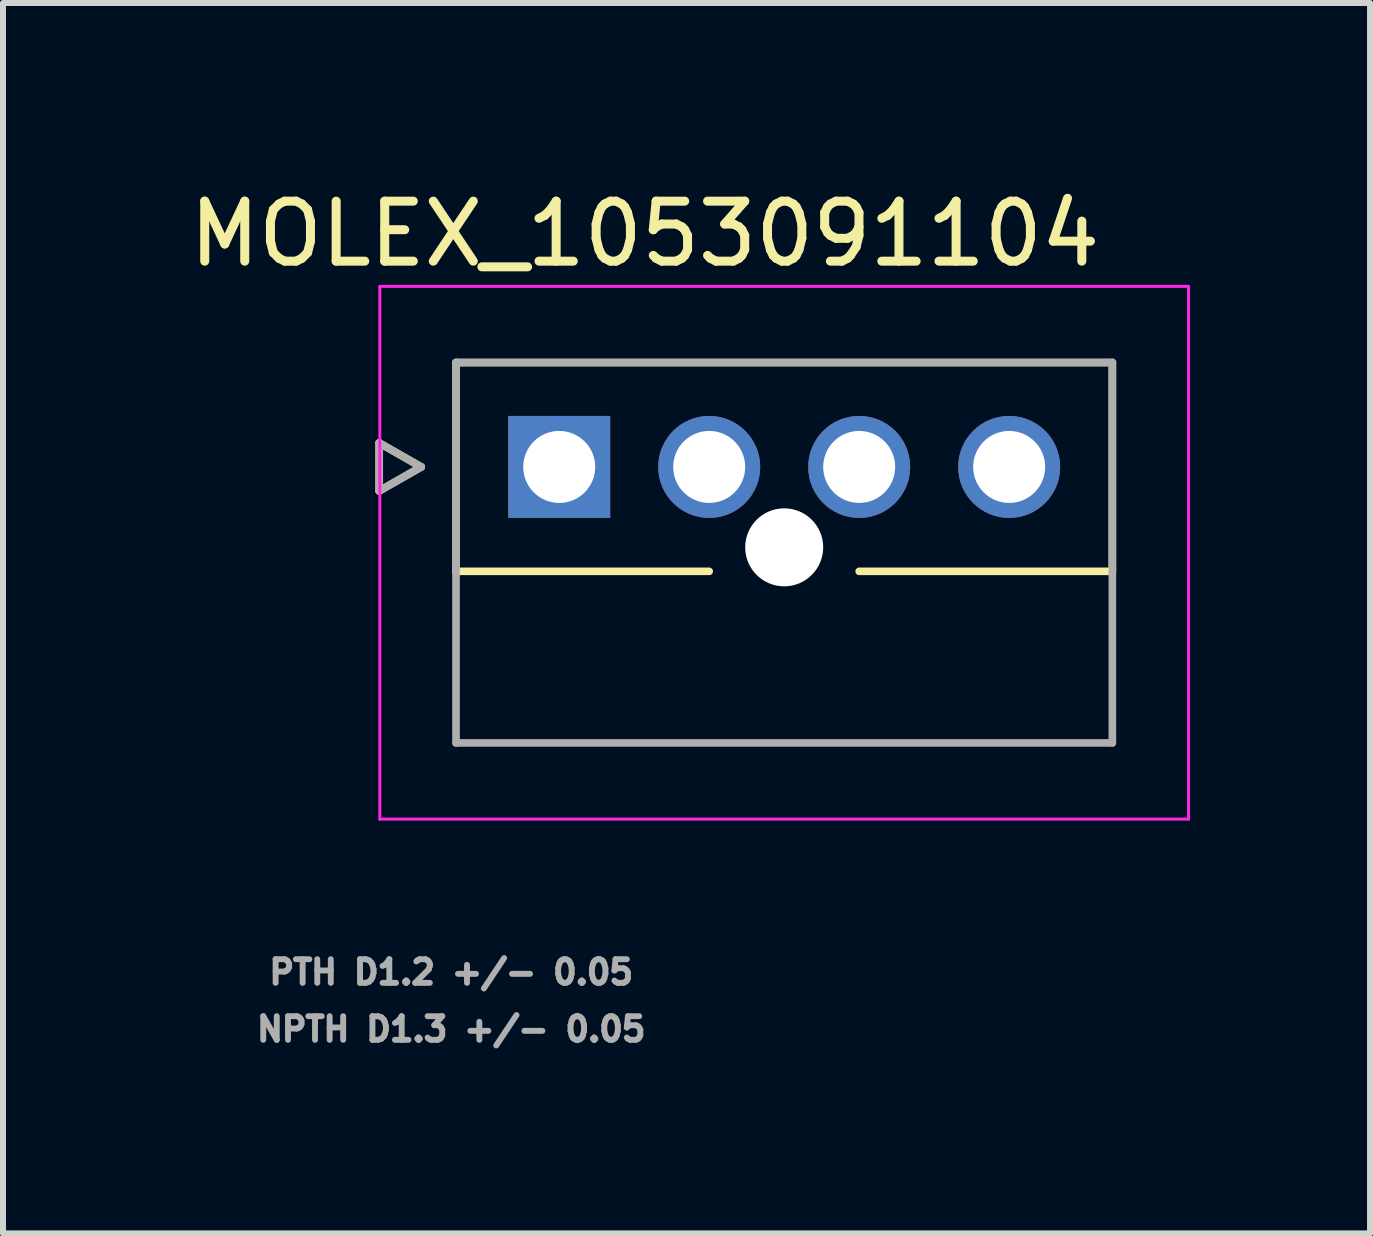
<source format=kicad_pcb>
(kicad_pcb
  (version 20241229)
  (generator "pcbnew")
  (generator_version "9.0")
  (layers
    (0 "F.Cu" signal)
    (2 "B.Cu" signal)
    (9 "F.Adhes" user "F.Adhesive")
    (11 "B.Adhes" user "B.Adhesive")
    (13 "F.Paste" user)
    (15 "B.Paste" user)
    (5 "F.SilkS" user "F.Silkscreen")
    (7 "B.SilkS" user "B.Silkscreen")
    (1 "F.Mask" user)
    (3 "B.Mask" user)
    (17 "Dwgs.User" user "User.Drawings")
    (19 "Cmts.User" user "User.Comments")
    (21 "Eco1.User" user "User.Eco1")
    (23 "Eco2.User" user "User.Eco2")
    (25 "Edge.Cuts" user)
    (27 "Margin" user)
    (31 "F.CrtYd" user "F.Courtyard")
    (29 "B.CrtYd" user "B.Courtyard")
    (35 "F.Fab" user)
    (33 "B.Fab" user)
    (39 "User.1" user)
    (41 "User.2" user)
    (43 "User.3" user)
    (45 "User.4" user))
  (footprint "MOLEX_1053091104"
    (layer "F.Cu")
    (at 6.271 4.733)
    (property "Reference" "MOLEX_1053091104" (at 1.425 -3.885 0) (layer "F.SilkS") (effects (font (size 1 1) (thickness 0.15))))
    (attr through_hole)
    (fp_circle (center 2.5 0) (end 2.963 0) (stroke (width 0.926) (type solid)) (fill no) (layer "F.Mask"))
    (fp_circle (center 3.75 1.34) (end 4.113 1.34) (stroke (width 0.726) (type solid)) (fill no) (layer "F.Mask"))
    (fp_circle (center 5 0) (end 5.463 0) (stroke (width 0.926) (type solid)) (fill no) (layer "F.Mask"))
    (fp_circle (center 7.5 0) (end 7.963 0) (stroke (width 0.926) (type solid)) (fill no) (layer "F.Mask"))
    (fp_poly (pts (xy -0.926 -0.926) (xy 0.926 -0.926) (xy 0.926 0.926) (xy -0.926 0.926)) (stroke (width 0.01) (type solid)) (fill yes) (layer "F.Mask"))
    (fp_circle (center 2.5 0) (end 2.963 0) (stroke (width 0.926) (type solid)) (fill no) (layer "B.Mask"))
    (fp_circle (center 3.75 1.34) (end 4.113 1.34) (stroke (width 0.726) (type solid)) (fill no) (layer "B.Mask"))
    (fp_circle (center 5 0) (end 5.463 0) (stroke (width 0.926) (type solid)) (fill no) (layer "B.Mask"))
    (fp_circle (center 7.5 0) (end 7.963 0) (stroke (width 0.926) (type solid)) (fill no) (layer "B.Mask"))
    (fp_poly (pts (xy -0.926 -0.926) (xy 0.926 -0.926) (xy 0.926 0.926) (xy -0.926 0.926)) (stroke (width 0.01) (type solid)) (fill yes) (layer "B.Mask"))
    (fp_line (start -3 -0.4) (end -3 0.4) (stroke (width 0.127) (type solid)) (layer "F.SilkS"))
    (fp_line (start -3 0.4) (end -2.3 0) (stroke (width 0.127) (type solid)) (layer "F.SilkS"))
    (fp_line (start -2.3 0) (end -3 -0.4) (stroke (width 0.127) (type solid)) (layer "F.SilkS"))
    (fp_line (start -1.72 -1.74) (end 9.22 -1.74) (stroke (width 0.127) (type solid)) (layer "F.SilkS"))
    (fp_line (start -1.72 1.74) (end -1.72 -1.74) (stroke (width 0.127) (type solid)) (layer "F.SilkS"))
    (fp_line (start 2.5 1.74) (end -1.72 1.74) (stroke (width 0.127) (type solid)) (layer "F.SilkS"))
    (fp_line (start 9.22 -1.74) (end 9.22 1.74) (stroke (width 0.127) (type solid)) (layer "F.SilkS"))
    (fp_line (start 9.22 1.74) (end 5 1.74) (stroke (width 0.127) (type solid)) (layer "F.SilkS"))
    (fp_line (start -2.99 -3.01) (end 10.49 -3.01) (stroke (width 0.05) (type solid)) (layer "F.CrtYd"))
    (fp_line (start -2.99 5.87) (end -2.99 -3.01) (stroke (width 0.05) (type solid)) (layer "F.CrtYd"))
    (fp_line (start -2.99 5.87) (end 10.49 5.87) (stroke (width 0.05) (type solid)) (layer "F.CrtYd"))
    (fp_line (start 10.49 -3.01) (end 10.49 5.87) (stroke (width 0.05) (type solid)) (layer "F.CrtYd"))
    (fp_line (start -3 -0.4) (end -3 0.4) (stroke (width 0.127) (type solid)) (layer "F.Fab"))
    (fp_line (start -3 0.4) (end -2.3 0) (stroke (width 0.127) (type solid)) (layer "F.Fab"))
    (fp_line (start -2.3 0) (end -3 -0.4) (stroke (width 0.127) (type solid)) (layer "F.Fab"))
    (fp_line (start -1.72 -1.74) (end 9.22 -1.74) (stroke (width 0.127) (type solid)) (layer "F.Fab"))
    (fp_line (start -1.72 4.6) (end -1.72 -1.74) (stroke (width 0.127) (type solid)) (layer "F.Fab"))
    (fp_line (start 9.22 -1.74) (end 9.22 4.6) (stroke (width 0.127) (type solid)) (layer "F.Fab"))
    (fp_line (start 9.22 4.6) (end -1.72 4.6) (stroke (width 0.127) (type solid)) (layer "F.Fab"))
    (fp_text user "NPTH D1.3 +/- 0.05" (at -1.8 9.372 0) (layer "F.Fab") (effects (font (size 0.394 0.394) (thickness 0.15))))
    (fp_text user "PTH D1.2 +/- 0.05" (at -1.8 8.422 0) (layer "F.Fab") (effects (font (size 0.394 0.394) (thickness 0.15))))
    (pad "" np_thru_hole circle (at 3.75 1.34) (size 1.3 1.3) (drill 1.3) (layers "*.Cu" "*.Mask"))
    (pad "1" thru_hole rect (at 0 0) (size 1.7 1.7) (drill 1.2) (layers "*.Cu"))
    (pad "2" thru_hole circle (at 2.5 0) (size 1.7 1.7) (drill 1.2) (layers "*.Cu"))
    (pad "3" thru_hole circle (at 5 0) (size 1.7 1.7) (drill 1.2) (layers "*.Cu"))
    (pad "4" thru_hole circle (at 7.5 0) (size 1.7 1.7) (drill 1.2) (layers "*.Cu")))
  (gr_rect
    (start -3 -3)
    (end 19.786 17.509)
    (stroke (width 0.1) (type default))
    (fill no)
    (layer "Edge.Cuts")))
</source>
